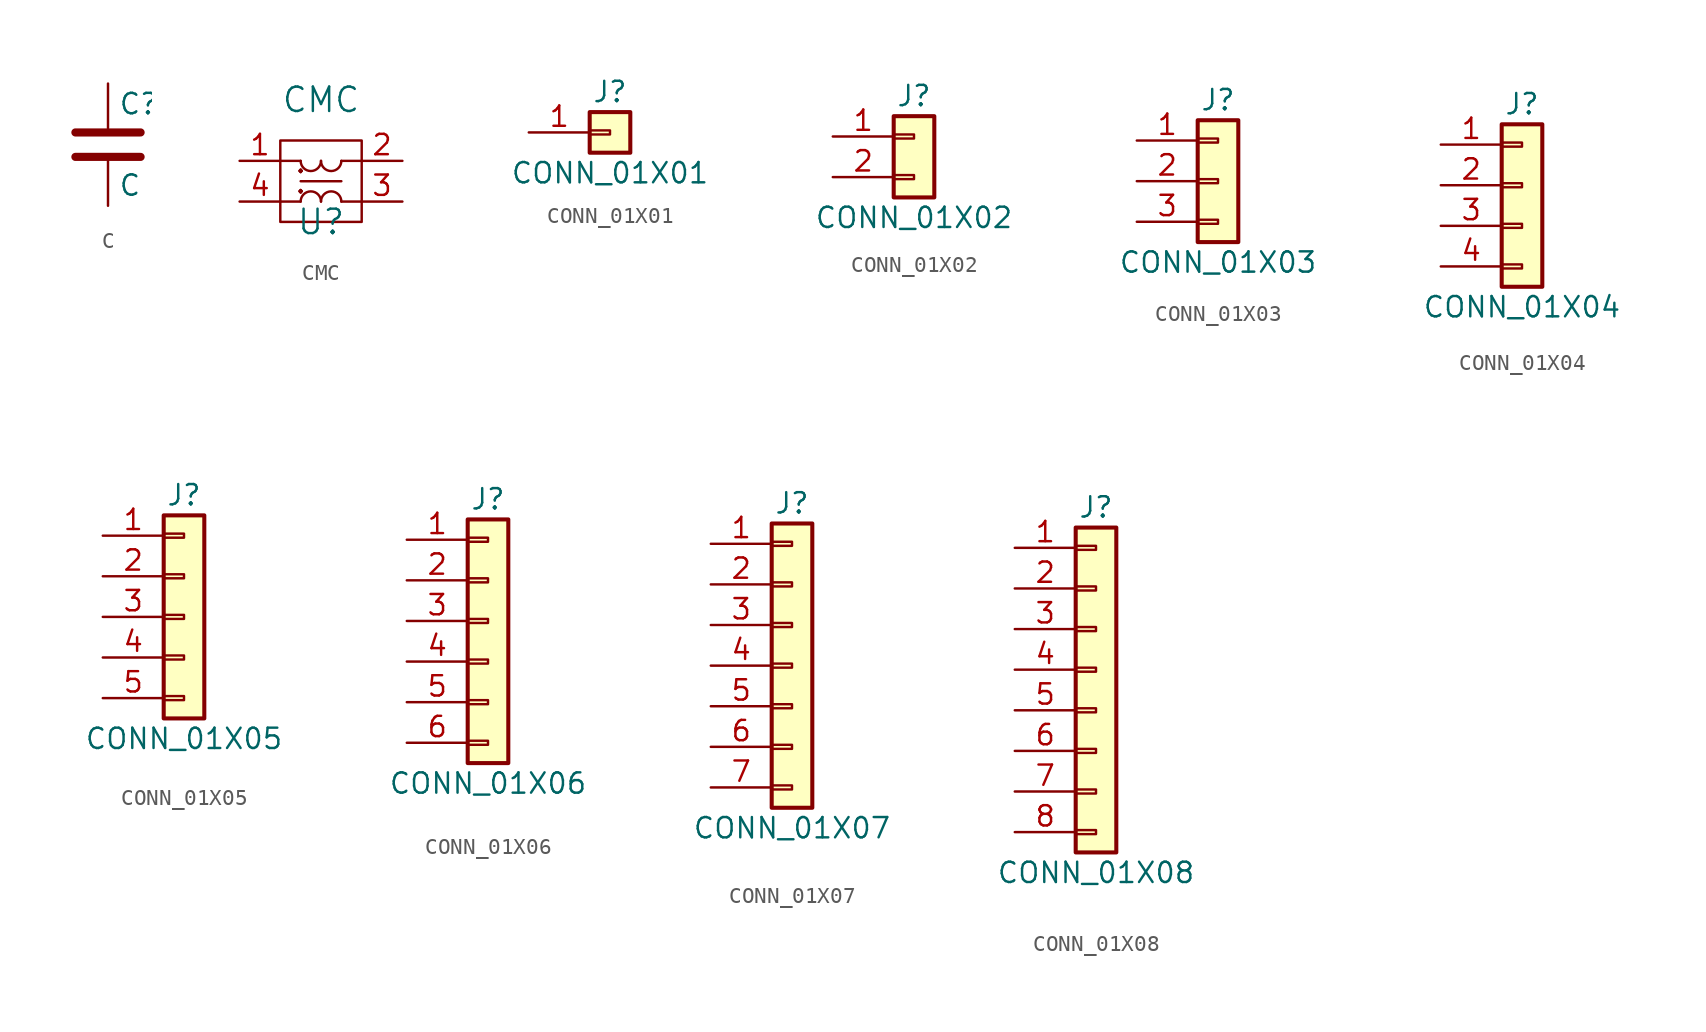
<source format=kicad_sym>
(kicad_symbol_lib
  (version 20211014)
  (generator kicad_symbol_editor)
  (symbol "C"
    (pin_numbers hide)
    (pin_names
      (offset 0.254))
    (property "Reference" "C"
      (at 0.635 2.54 0)
      (effects (font (size 1.27 1.27)) (justify left)))
    (property "Value" "C"
      (at 0.635 -2.54 0)
      (effects (font (size 1.27 1.27)) (justify left)))
    (symbol "C_0_1"
      (polyline (pts (xy -2.032 -0.762) (xy 2.032 -0.762)) (stroke (width 0.508) (type default) (color 0 0 0 0)) (fill (type none)))
      (polyline (pts (xy -2.032 0.762) (xy 2.032 0.762)) (stroke (width 0.508) (type default) (color 0 0 0 0)) (fill (type none))))
    (symbol "C_1_1"
      (pin passive line (at 0 3.81 270) (length 2.794) (name "~" (effects (font (size 1.016 1.016)))) (number "1" (effects (font (size 1.016 1.016)))))
      (pin passive line (at 0 -3.81 90) (length 2.794) (name "~" (effects (font (size 1.016 1.016)))) (number "2" (effects (font (size 1.016 1.016)))))))
  (symbol "CMC"
    (pin_names
      (offset 1.016))
    (property "Reference" "U"
      (at 0 -2.54 0)
      (effects (font (size 1.524 1.524))))
    (property "Value" "CMC"
      (at 0 5.08 0)
      (effects (font (size 1.524 1.524))))
    (symbol "CMC_0_0"
      (text "." (at -1.27 0 0) (effects (font (size 1.524 1.524))))
      (text "." (at -1.27 1.27 0) (effects (font (size 1.524 1.524)))))
    (symbol "CMC_0_1"
      (arc (start -1.27 1.27) (mid -0.635 0.635) (end 0 1.27) (stroke (width 0) (type default) (color 0 0 0 0)) (fill (type none)))
      (arc (start 0 -1.27) (mid -0.635 -0.635) (end -1.27 -1.27) (stroke (width 0) (type default) (color 0 0 0 0)) (fill (type none)))
      (polyline (pts (xy -2.54 -1.27) (xy -1.27 -1.27)) (stroke (width 0) (type default) (color 0 0 0 0)) (fill (type none)))
      (polyline (pts (xy -1.27 0) (xy 1.27 0)) (stroke (width 0) (type default) (color 0 0 0 0)) (fill (type none)))
      (polyline (pts (xy -1.27 1.27) (xy -2.54 1.27)) (stroke (width 0) (type default) (color 0 0 0 0)) (fill (type none)))
      (polyline (pts (xy 1.27 -1.27) (xy 2.54 -1.27)) (stroke (width 0) (type default) (color 0 0 0 0)) (fill (type none)))
      (polyline (pts (xy 2.54 1.27) (xy 1.27 1.27)) (stroke (width 0) (type default) (color 0 0 0 0)) (fill (type none)))
      (polyline (pts (xy -2.54 2.54) (xy -2.54 -2.54) (xy 2.54 -2.54) (xy 2.54 2.54) (xy -2.54 2.54)) (stroke (width 0) (type default) (color 0 0 0 0)) (fill (type none)))
      (arc (start 0 1.27) (mid 0.635 0.635) (end 1.27 1.27) (stroke (width 0) (type default) (color 0 0 0 0)) (fill (type none)))
      (arc (start 1.27 -1.27) (mid 0.635 -0.635) (end 0 -1.27) (stroke (width 0) (type default) (color 0 0 0 0)) (fill (type none))))
    (symbol "CMC_1_1"
      (pin input line (at -5.08 1.27 0) (length 2.54) (name "~" (effects (font (size 1.27 1.27)))) (number "1" (effects (font (size 1.27 1.27)))))
      (pin input line (at 5.08 1.27 180) (length 2.54) (name "~" (effects (font (size 1.27 1.27)))) (number "2" (effects (font (size 1.27 1.27)))))
      (pin input line (at 5.08 -1.27 180) (length 2.54) (name "~" (effects (font (size 1.27 1.27)))) (number "3" (effects (font (size 1.27 1.27)))))
      (pin input line (at -5.08 -1.27 0) (length 2.54) (name "~" (effects (font (size 1.27 1.27)))) (number "4" (effects (font (size 1.27 1.27)))))))
  (symbol "CONN_01X01"
    (pin_names
      (offset 1.016) hide)
    (property "Reference" "J"
      (at 0 2.54 0)
      (effects (font (size 1.27 1.27))))
    (property "Value" "CONN_01X01"
      (at 0 -2.54 0)
      (effects (font (size 1.27 1.27))))
    (symbol "CONN_01X01_1_1"
      (rectangle (start -1.27 0.127) (end 0 -0.127) (stroke (width 0.152) (type default) (color 0 0 0 0)) (fill (type none)))
      (rectangle (start -1.27 1.27) (end 1.27 -1.27) (stroke (width 0.254) (type default) (color 0 0 0 0)) (fill (type background)))
      (pin passive line (at -5.08 0 0) (length 3.81) (name "Pin_1" (effects (font (size 1.27 1.27)))) (number "1" (effects (font (size 1.27 1.27)))))))
  (symbol "CONN_01X02"
    (pin_names
      (offset 1.016) hide)
    (property "Reference" "J"
      (at 0 2.54 0)
      (effects (font (size 1.27 1.27))))
    (property "Value" "CONN_01X02"
      (at 0 -5.08 0)
      (effects (font (size 1.27 1.27))))
    (symbol "CONN_01X02_1_1"
      (rectangle (start -1.27 -2.413) (end 0 -2.667) (stroke (width 0.152) (type default) (color 0 0 0 0)) (fill (type none)))
      (rectangle (start -1.27 0.127) (end 0 -0.127) (stroke (width 0.152) (type default) (color 0 0 0 0)) (fill (type none)))
      (rectangle (start -1.27 1.27) (end 1.27 -3.81) (stroke (width 0.254) (type default) (color 0 0 0 0)) (fill (type background)))
      (pin passive line (at -5.08 0 0) (length 3.81) (name "Pin_1" (effects (font (size 1.27 1.27)))) (number "1" (effects (font (size 1.27 1.27)))))
      (pin passive line (at -5.08 -2.54 0) (length 3.81) (name "Pin_2" (effects (font (size 1.27 1.27)))) (number "2" (effects (font (size 1.27 1.27)))))))
  (symbol "CONN_01X03"
    (pin_names
      (offset 1.016) hide)
    (property "Reference" "J"
      (at 0 5.08 0)
      (effects (font (size 1.27 1.27))))
    (property "Value" "CONN_01X03"
      (at 0 -5.08 0)
      (effects (font (size 1.27 1.27))))
    (symbol "CONN_01X03_1_1"
      (rectangle (start -1.27 -2.413) (end 0 -2.667) (stroke (width 0.152) (type default) (color 0 0 0 0)) (fill (type none)))
      (rectangle (start -1.27 0.127) (end 0 -0.127) (stroke (width 0.152) (type default) (color 0 0 0 0)) (fill (type none)))
      (rectangle (start -1.27 2.667) (end 0 2.413) (stroke (width 0.152) (type default) (color 0 0 0 0)) (fill (type none)))
      (rectangle (start -1.27 3.81) (end 1.27 -3.81) (stroke (width 0.254) (type default) (color 0 0 0 0)) (fill (type background)))
      (pin passive line (at -5.08 2.54 0) (length 3.81) (name "Pin_1" (effects (font (size 1.27 1.27)))) (number "1" (effects (font (size 1.27 1.27)))))
      (pin passive line (at -5.08 0 0) (length 3.81) (name "Pin_2" (effects (font (size 1.27 1.27)))) (number "2" (effects (font (size 1.27 1.27)))))
      (pin passive line (at -5.08 -2.54 0) (length 3.81) (name "Pin_3" (effects (font (size 1.27 1.27)))) (number "3" (effects (font (size 1.27 1.27)))))))
  (symbol "CONN_01X04"
    (pin_names
      (offset 1.016) hide)
    (property "Reference" "J"
      (at 0 5.08 0)
      (effects (font (size 1.27 1.27))))
    (property "Value" "CONN_01X04"
      (at 0 -7.62 0)
      (effects (font (size 1.27 1.27))))
    (symbol "CONN_01X04_1_1"
      (rectangle (start -1.27 -4.953) (end 0 -5.207) (stroke (width 0.152) (type default) (color 0 0 0 0)) (fill (type none)))
      (rectangle (start -1.27 -2.413) (end 0 -2.667) (stroke (width 0.152) (type default) (color 0 0 0 0)) (fill (type none)))
      (rectangle (start -1.27 0.127) (end 0 -0.127) (stroke (width 0.152) (type default) (color 0 0 0 0)) (fill (type none)))
      (rectangle (start -1.27 2.667) (end 0 2.413) (stroke (width 0.152) (type default) (color 0 0 0 0)) (fill (type none)))
      (rectangle (start -1.27 3.81) (end 1.27 -6.35) (stroke (width 0.254) (type default) (color 0 0 0 0)) (fill (type background)))
      (pin passive line (at -5.08 2.54 0) (length 3.81) (name "Pin_1" (effects (font (size 1.27 1.27)))) (number "1" (effects (font (size 1.27 1.27)))))
      (pin passive line (at -5.08 0 0) (length 3.81) (name "Pin_2" (effects (font (size 1.27 1.27)))) (number "2" (effects (font (size 1.27 1.27)))))
      (pin passive line (at -5.08 -2.54 0) (length 3.81) (name "Pin_3" (effects (font (size 1.27 1.27)))) (number "3" (effects (font (size 1.27 1.27)))))
      (pin passive line (at -5.08 -5.08 0) (length 3.81) (name "Pin_4" (effects (font (size 1.27 1.27)))) (number "4" (effects (font (size 1.27 1.27)))))))
  (symbol "CONN_01X05"
    (pin_names
      (offset 1.016) hide)
    (property "Reference" "J"
      (at 0 7.62 0)
      (effects (font (size 1.27 1.27))))
    (property "Value" "CONN_01X05"
      (at 0 -7.62 0)
      (effects (font (size 1.27 1.27))))
    (symbol "CONN_01X05_1_1"
      (rectangle (start -1.27 -4.953) (end 0 -5.207) (stroke (width 0.152) (type default) (color 0 0 0 0)) (fill (type none)))
      (rectangle (start -1.27 -2.413) (end 0 -2.667) (stroke (width 0.152) (type default) (color 0 0 0 0)) (fill (type none)))
      (rectangle (start -1.27 0.127) (end 0 -0.127) (stroke (width 0.152) (type default) (color 0 0 0 0)) (fill (type none)))
      (rectangle (start -1.27 2.667) (end 0 2.413) (stroke (width 0.152) (type default) (color 0 0 0 0)) (fill (type none)))
      (rectangle (start -1.27 5.207) (end 0 4.953) (stroke (width 0.152) (type default) (color 0 0 0 0)) (fill (type none)))
      (rectangle (start -1.27 6.35) (end 1.27 -6.35) (stroke (width 0.254) (type default) (color 0 0 0 0)) (fill (type background)))
      (pin passive line (at -5.08 5.08 0) (length 3.81) (name "Pin_1" (effects (font (size 1.27 1.27)))) (number "1" (effects (font (size 1.27 1.27)))))
      (pin passive line (at -5.08 2.54 0) (length 3.81) (name "Pin_2" (effects (font (size 1.27 1.27)))) (number "2" (effects (font (size 1.27 1.27)))))
      (pin passive line (at -5.08 0 0) (length 3.81) (name "Pin_3" (effects (font (size 1.27 1.27)))) (number "3" (effects (font (size 1.27 1.27)))))
      (pin passive line (at -5.08 -2.54 0) (length 3.81) (name "Pin_4" (effects (font (size 1.27 1.27)))) (number "4" (effects (font (size 1.27 1.27)))))
      (pin passive line (at -5.08 -5.08 0) (length 3.81) (name "Pin_5" (effects (font (size 1.27 1.27)))) (number "5" (effects (font (size 1.27 1.27)))))))
  (symbol "CONN_01X06"
    (pin_names
      (offset 1.016) hide)
    (property "Reference" "J"
      (at 0 7.62 0)
      (effects (font (size 1.27 1.27))))
    (property "Value" "CONN_01X06"
      (at 0 -10.16 0)
      (effects (font (size 1.27 1.27))))
    (symbol "CONN_01X06_1_1"
      (rectangle (start -1.27 -7.493) (end 0 -7.747) (stroke (width 0.152) (type default) (color 0 0 0 0)) (fill (type none)))
      (rectangle (start -1.27 -4.953) (end 0 -5.207) (stroke (width 0.152) (type default) (color 0 0 0 0)) (fill (type none)))
      (rectangle (start -1.27 -2.413) (end 0 -2.667) (stroke (width 0.152) (type default) (color 0 0 0 0)) (fill (type none)))
      (rectangle (start -1.27 0.127) (end 0 -0.127) (stroke (width 0.152) (type default) (color 0 0 0 0)) (fill (type none)))
      (rectangle (start -1.27 2.667) (end 0 2.413) (stroke (width 0.152) (type default) (color 0 0 0 0)) (fill (type none)))
      (rectangle (start -1.27 5.207) (end 0 4.953) (stroke (width 0.152) (type default) (color 0 0 0 0)) (fill (type none)))
      (rectangle (start -1.27 6.35) (end 1.27 -8.89) (stroke (width 0.254) (type default) (color 0 0 0 0)) (fill (type background)))
      (pin passive line (at -5.08 5.08 0) (length 3.81) (name "Pin_1" (effects (font (size 1.27 1.27)))) (number "1" (effects (font (size 1.27 1.27)))))
      (pin passive line (at -5.08 2.54 0) (length 3.81) (name "Pin_2" (effects (font (size 1.27 1.27)))) (number "2" (effects (font (size 1.27 1.27)))))
      (pin passive line (at -5.08 0 0) (length 3.81) (name "Pin_3" (effects (font (size 1.27 1.27)))) (number "3" (effects (font (size 1.27 1.27)))))
      (pin passive line (at -5.08 -2.54 0) (length 3.81) (name "Pin_4" (effects (font (size 1.27 1.27)))) (number "4" (effects (font (size 1.27 1.27)))))
      (pin passive line (at -5.08 -5.08 0) (length 3.81) (name "Pin_5" (effects (font (size 1.27 1.27)))) (number "5" (effects (font (size 1.27 1.27)))))
      (pin passive line (at -5.08 -7.62 0) (length 3.81) (name "Pin_6" (effects (font (size 1.27 1.27)))) (number "6" (effects (font (size 1.27 1.27)))))))
  (symbol "CONN_01X07"
    (pin_names
      (offset 1.016) hide)
    (property "Reference" "J"
      (at 0 10.16 0)
      (effects (font (size 1.27 1.27))))
    (property "Value" "CONN_01X07"
      (at 0 -10.16 0)
      (effects (font (size 1.27 1.27))))
    (symbol "CONN_01X07_1_1"
      (rectangle (start -1.27 -7.493) (end 0 -7.747) (stroke (width 0.152) (type default) (color 0 0 0 0)) (fill (type none)))
      (rectangle (start -1.27 -4.953) (end 0 -5.207) (stroke (width 0.152) (type default) (color 0 0 0 0)) (fill (type none)))
      (rectangle (start -1.27 -2.413) (end 0 -2.667) (stroke (width 0.152) (type default) (color 0 0 0 0)) (fill (type none)))
      (rectangle (start -1.27 0.127) (end 0 -0.127) (stroke (width 0.152) (type default) (color 0 0 0 0)) (fill (type none)))
      (rectangle (start -1.27 2.667) (end 0 2.413) (stroke (width 0.152) (type default) (color 0 0 0 0)) (fill (type none)))
      (rectangle (start -1.27 5.207) (end 0 4.953) (stroke (width 0.152) (type default) (color 0 0 0 0)) (fill (type none)))
      (rectangle (start -1.27 7.747) (end 0 7.493) (stroke (width 0.152) (type default) (color 0 0 0 0)) (fill (type none)))
      (rectangle (start -1.27 8.89) (end 1.27 -8.89) (stroke (width 0.254) (type default) (color 0 0 0 0)) (fill (type background)))
      (pin passive line (at -5.08 7.62 0) (length 3.81) (name "Pin_1" (effects (font (size 1.27 1.27)))) (number "1" (effects (font (size 1.27 1.27)))))
      (pin passive line (at -5.08 5.08 0) (length 3.81) (name "Pin_2" (effects (font (size 1.27 1.27)))) (number "2" (effects (font (size 1.27 1.27)))))
      (pin passive line (at -5.08 2.54 0) (length 3.81) (name "Pin_3" (effects (font (size 1.27 1.27)))) (number "3" (effects (font (size 1.27 1.27)))))
      (pin passive line (at -5.08 0 0) (length 3.81) (name "Pin_4" (effects (font (size 1.27 1.27)))) (number "4" (effects (font (size 1.27 1.27)))))
      (pin passive line (at -5.08 -2.54 0) (length 3.81) (name "Pin_5" (effects (font (size 1.27 1.27)))) (number "5" (effects (font (size 1.27 1.27)))))
      (pin passive line (at -5.08 -5.08 0) (length 3.81) (name "Pin_6" (effects (font (size 1.27 1.27)))) (number "6" (effects (font (size 1.27 1.27)))))
      (pin passive line (at -5.08 -7.62 0) (length 3.81) (name "Pin_7" (effects (font (size 1.27 1.27)))) (number "7" (effects (font (size 1.27 1.27)))))))
  (symbol "CONN_01X08"
    (pin_names
      (offset 1.016) hide)
    (property "Reference" "J"
      (at 0 10.16 0)
      (effects (font (size 1.27 1.27))))
    (property "Value" "CONN_01X08"
      (at 0 -12.7 0)
      (effects (font (size 1.27 1.27))))
    (symbol "CONN_01X08_1_1"
      (rectangle (start -1.27 -10.033) (end 0 -10.287) (stroke (width 0.152) (type default) (color 0 0 0 0)) (fill (type none)))
      (rectangle (start -1.27 -7.493) (end 0 -7.747) (stroke (width 0.152) (type default) (color 0 0 0 0)) (fill (type none)))
      (rectangle (start -1.27 -4.953) (end 0 -5.207) (stroke (width 0.152) (type default) (color 0 0 0 0)) (fill (type none)))
      (rectangle (start -1.27 -2.413) (end 0 -2.667) (stroke (width 0.152) (type default) (color 0 0 0 0)) (fill (type none)))
      (rectangle (start -1.27 0.127) (end 0 -0.127) (stroke (width 0.152) (type default) (color 0 0 0 0)) (fill (type none)))
      (rectangle (start -1.27 2.667) (end 0 2.413) (stroke (width 0.152) (type default) (color 0 0 0 0)) (fill (type none)))
      (rectangle (start -1.27 5.207) (end 0 4.953) (stroke (width 0.152) (type default) (color 0 0 0 0)) (fill (type none)))
      (rectangle (start -1.27 7.747) (end 0 7.493) (stroke (width 0.152) (type default) (color 0 0 0 0)) (fill (type none)))
      (rectangle (start -1.27 8.89) (end 1.27 -11.43) (stroke (width 0.254) (type default) (color 0 0 0 0)) (fill (type background)))
      (pin passive line (at -5.08 7.62 0) (length 3.81) (name "Pin_1" (effects (font (size 1.27 1.27)))) (number "1" (effects (font (size 1.27 1.27)))))
      (pin passive line (at -5.08 5.08 0) (length 3.81) (name "Pin_2" (effects (font (size 1.27 1.27)))) (number "2" (effects (font (size 1.27 1.27)))))
      (pin passive line (at -5.08 2.54 0) (length 3.81) (name "Pin_3" (effects (font (size 1.27 1.27)))) (number "3" (effects (font (size 1.27 1.27)))))
      (pin passive line (at -5.08 0 0) (length 3.81) (name "Pin_4" (effects (font (size 1.27 1.27)))) (number "4" (effects (font (size 1.27 1.27)))))
      (pin passive line (at -5.08 -2.54 0) (length 3.81) (name "Pin_5" (effects (font (size 1.27 1.27)))) (number "5" (effects (font (size 1.27 1.27)))))
      (pin passive line (at -5.08 -5.08 0) (length 3.81) (name "Pin_6" (effects (font (size 1.27 1.27)))) (number "6" (effects (font (size 1.27 1.27)))))
      (pin passive line (at -5.08 -7.62 0) (length 3.81) (name "Pin_7" (effects (font (size 1.27 1.27)))) (number "7" (effects (font (size 1.27 1.27)))))
      (pin passive line (at -5.08 -10.16 0) (length 3.81) (name "Pin_8" (effects (font (size 1.27 1.27)))) (number "8" (effects (font (size 1.27 1.27))))))))
</source>
